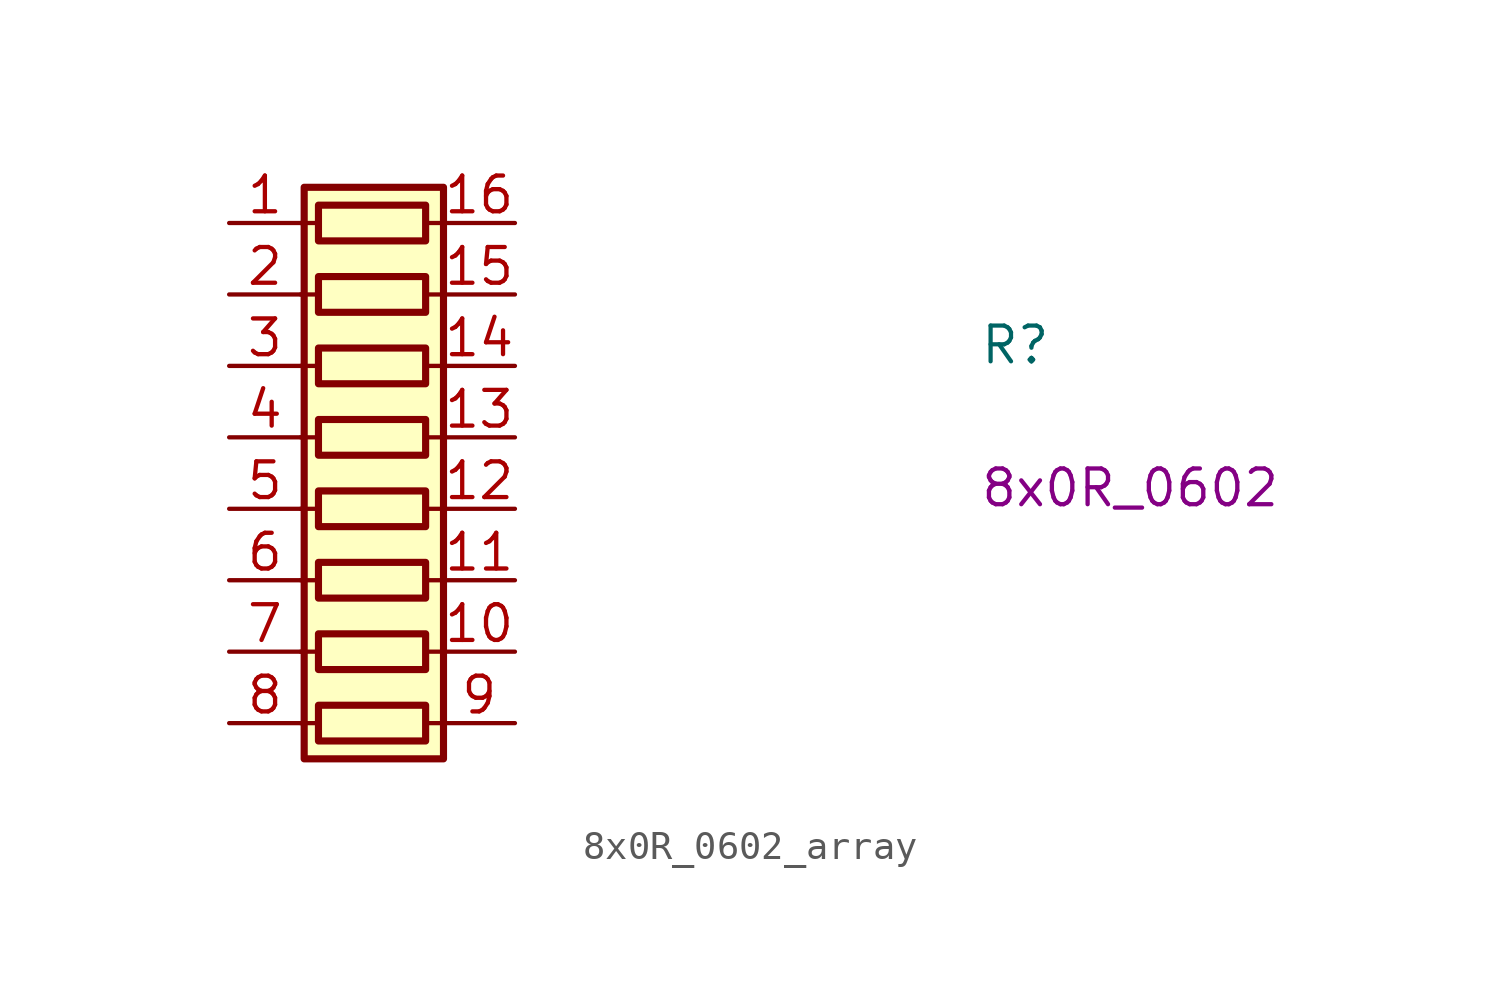
<source format=kicad_sym>
(kicad_symbol_lib
  (version 20220914)
  (generator kicad_symbol_editor)
  (symbol "8x0R_0602_array"
    (pin_names hide)
    (property "Reference" "R"
      (at 26.67 -5.08 0)
      (effects (font (size 1.27 1.27) (thickness 0.15)) (justify left bottom)))
    (property "Val" "8x0R_0602"
      (at 26.67 -10.16 0)
      (effects (font (size 1.27 1.27)) (justify left bottom)))
    (symbol "8x0R_0602_array_0_1"
      (polyline (pts (xy 2.54 -17.78) (xy 3.175 -17.78)) (stroke (width 0) (type default)) (fill (type none)))
      (polyline (pts (xy 2.54 -15.24) (xy 3.175 -15.24)) (stroke (width 0) (type default)) (fill (type none)))
      (polyline (pts (xy 2.54 -12.7) (xy 3.175 -12.7)) (stroke (width 0) (type default)) (fill (type none)))
      (polyline (pts (xy 2.54 -10.16) (xy 3.175 -10.16)) (stroke (width 0) (type default)) (fill (type none)))
      (polyline (pts (xy 2.54 -7.62) (xy 3.175 -7.62)) (stroke (width 0) (type default)) (fill (type none)))
      (polyline (pts (xy 2.54 -5.08) (xy 3.175 -5.08)) (stroke (width 0) (type default)) (fill (type none)))
      (polyline (pts (xy 2.54 -2.54) (xy 3.175 -2.54)) (stroke (width 0) (type default)) (fill (type none)))
      (polyline (pts (xy 2.54 0) (xy 3.175 0)) (stroke (width 0) (type default)) (fill (type none)))
      (polyline (pts (xy 6.985 -17.78) (xy 7.62 -17.78)) (stroke (width 0) (type default)) (fill (type none)))
      (polyline (pts (xy 6.985 -15.24) (xy 7.62 -15.24)) (stroke (width 0) (type default)) (fill (type none)))
      (polyline (pts (xy 6.985 -12.7) (xy 7.62 -12.7)) (stroke (width 0) (type default)) (fill (type none)))
      (polyline (pts (xy 6.985 -10.16) (xy 7.62 -10.16)) (stroke (width 0) (type default)) (fill (type none)))
      (polyline (pts (xy 6.985 -7.62) (xy 7.62 -7.62)) (stroke (width 0) (type default)) (fill (type none)))
      (polyline (pts (xy 6.985 -5.08) (xy 7.62 -5.08)) (stroke (width 0) (type default)) (fill (type none)))
      (polyline (pts (xy 6.985 -2.54) (xy 7.62 -2.54)) (stroke (width 0) (type default)) (fill (type none)))
      (polyline (pts (xy 6.985 0) (xy 7.62 0)) (stroke (width 0) (type default)) (fill (type none)))
      (rectangle (start 2.667 1.27) (end 7.62 -19.05) (stroke (width 0.254) (type default)) (fill (type background)))
      (rectangle (start 6.985 -17.145) (end 3.175 -18.415) (stroke (width 0.254) (type default)) (fill (type none)))
      (rectangle (start 6.985 -14.605) (end 3.175 -15.875) (stroke (width 0.254) (type default)) (fill (type none)))
      (rectangle (start 6.985 -12.065) (end 3.175 -13.335) (stroke (width 0.254) (type default)) (fill (type none)))
      (rectangle (start 6.985 -9.525) (end 3.175 -10.795) (stroke (width 0.254) (type default)) (fill (type none)))
      (rectangle (start 6.985 -6.985) (end 3.175 -8.255) (stroke (width 0.254) (type default)) (fill (type none)))
      (rectangle (start 6.985 -4.445) (end 3.175 -5.715) (stroke (width 0.254) (type default)) (fill (type none)))
      (rectangle (start 6.985 -1.905) (end 3.175 -3.175) (stroke (width 0.254) (type default)) (fill (type none)))
      (rectangle (start 6.985 0.635) (end 3.175 -0.635) (stroke (width 0.254) (type default)) (fill (type none))))
    (symbol "8x0R_0602_array_1_1"
      (pin passive line (at 0 0 0) (length 2.54) (name "1" (effects (font (size 1.27 1.27)))) (number "1" (effects (font (size 1.27 1.27)))))
      (pin passive line (at 10.16 -15.24 180) (length 2.54) (name "10" (effects (font (size 1.27 1.27)))) (number "10" (effects (font (size 1.27 1.27)))))
      (pin passive line (at 10.16 -12.7 180) (length 2.54) (name "11" (effects (font (size 1.27 1.27)))) (number "11" (effects (font (size 1.27 1.27)))))
      (pin passive line (at 10.16 -10.16 180) (length 2.54) (name "12" (effects (font (size 1.27 1.27)))) (number "12" (effects (font (size 1.27 1.27)))))
      (pin passive line (at 10.16 -7.62 180) (length 2.54) (name "13" (effects (font (size 1.27 1.27)))) (number "13" (effects (font (size 1.27 1.27)))))
      (pin passive line (at 10.16 -5.08 180) (length 2.54) (name "14" (effects (font (size 1.27 1.27)))) (number "14" (effects (font (size 1.27 1.27)))))
      (pin passive line (at 10.16 -2.54 180) (length 2.54) (name "15" (effects (font (size 1.27 1.27)))) (number "15" (effects (font (size 1.27 1.27)))))
      (pin passive line (at 10.16 0 180) (length 2.54) (name "16" (effects (font (size 1.27 1.27)))) (number "16" (effects (font (size 1.27 1.27)))))
      (pin passive line (at 0 -2.54 0) (length 2.54) (name "2" (effects (font (size 1.27 1.27)))) (number "2" (effects (font (size 1.27 1.27)))))
      (pin passive line (at 0 -5.08 0) (length 2.54) (name "3" (effects (font (size 1.27 1.27)))) (number "3" (effects (font (size 1.27 1.27)))))
      (pin passive line (at 0 -7.62 0) (length 2.54) (name "4" (effects (font (size 1.27 1.27)))) (number "4" (effects (font (size 1.27 1.27)))))
      (pin passive line (at 0 -10.16 0) (length 2.54) (name "5" (effects (font (size 1.27 1.27)))) (number "5" (effects (font (size 1.27 1.27)))))
      (pin passive line (at 0 -12.7 0) (length 2.54) (name "6" (effects (font (size 1.27 1.27)))) (number "6" (effects (font (size 1.27 1.27)))))
      (pin passive line (at 0 -15.24 0) (length 2.54) (name "7" (effects (font (size 1.27 1.27)))) (number "7" (effects (font (size 1.27 1.27)))))
      (pin passive line (at 0 -17.78 0) (length 2.54) (name "8" (effects (font (size 1.27 1.27)))) (number "8" (effects (font (size 1.27 1.27)))))
      (pin passive line (at 10.16 -17.78 180) (length 2.54) (name "9" (effects (font (size 1.27 1.27)))) (number "9" (effects (font (size 1.27 1.27))))))))
</source>
